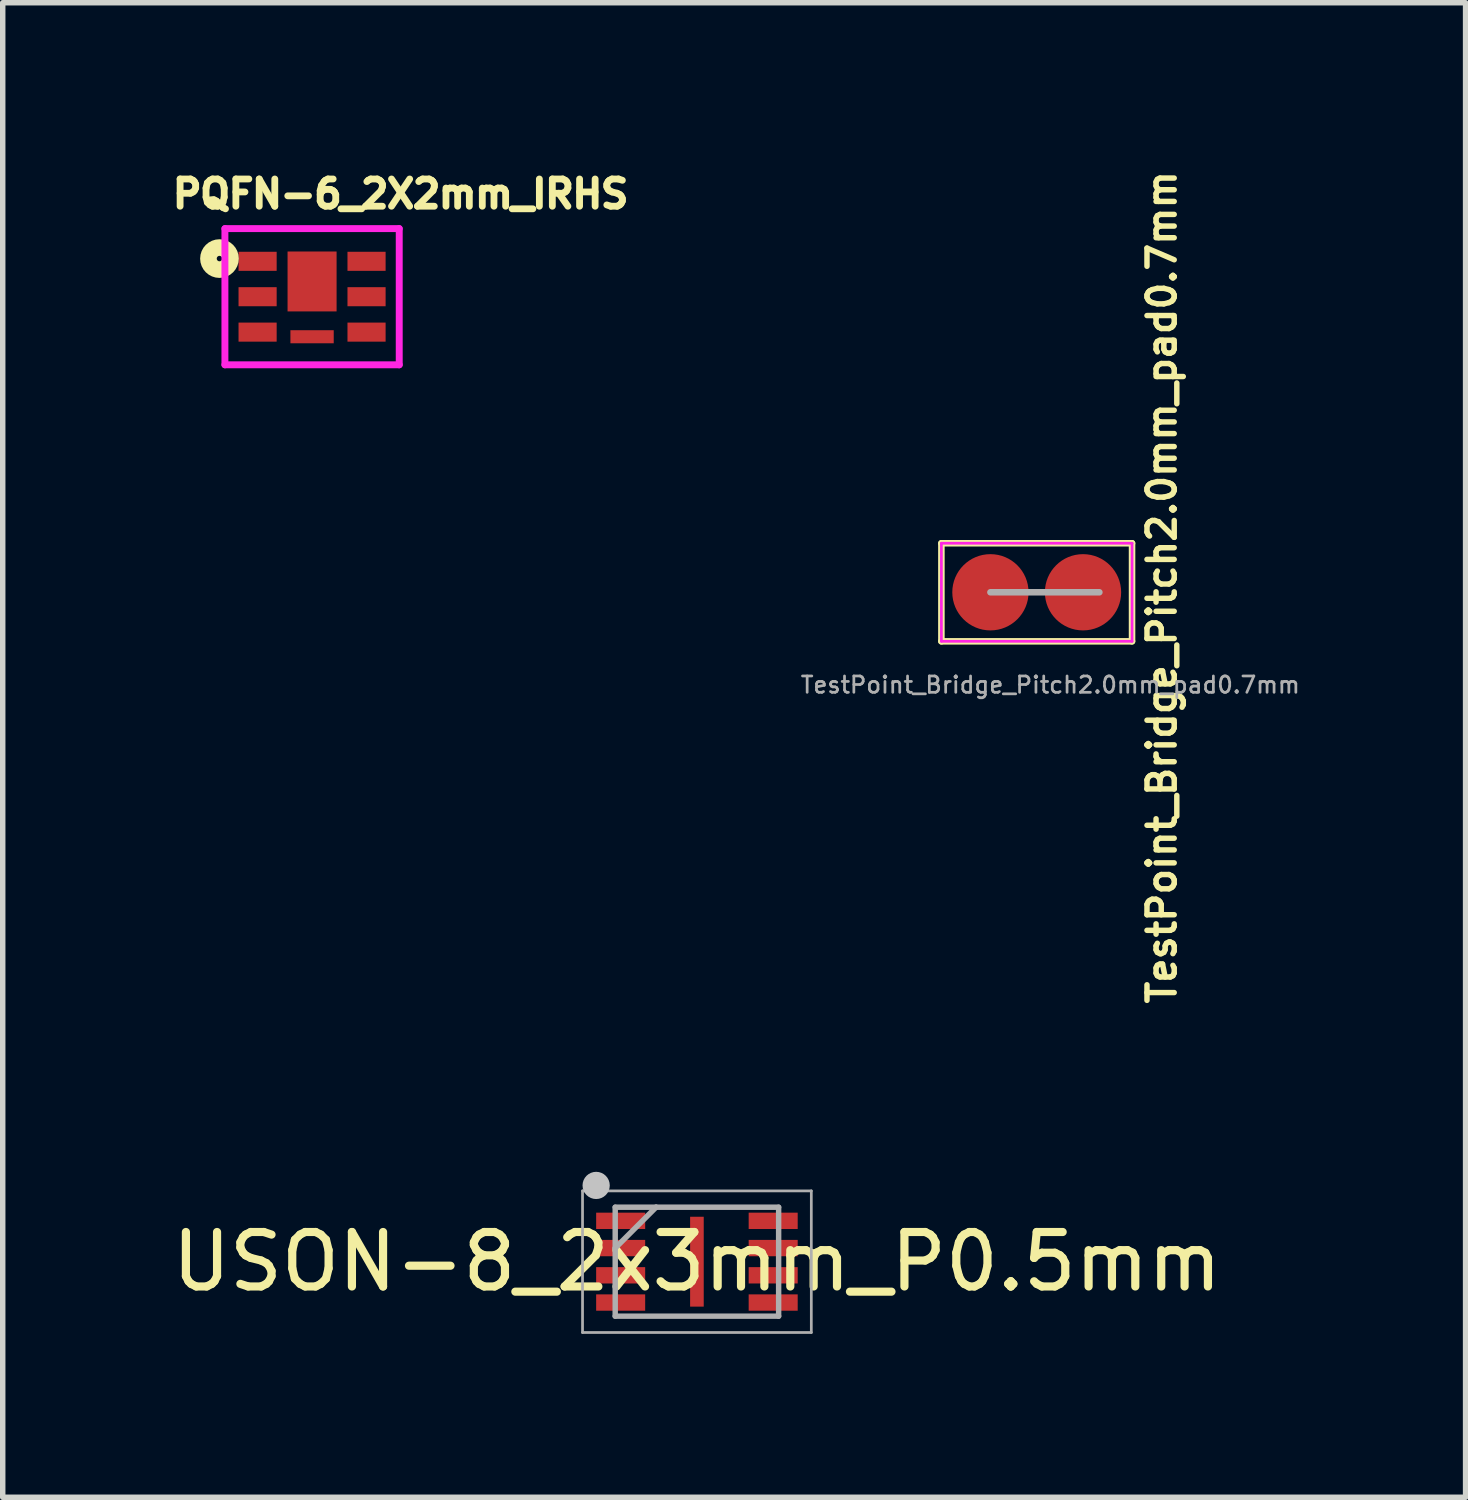
<source format=kicad_pcb>
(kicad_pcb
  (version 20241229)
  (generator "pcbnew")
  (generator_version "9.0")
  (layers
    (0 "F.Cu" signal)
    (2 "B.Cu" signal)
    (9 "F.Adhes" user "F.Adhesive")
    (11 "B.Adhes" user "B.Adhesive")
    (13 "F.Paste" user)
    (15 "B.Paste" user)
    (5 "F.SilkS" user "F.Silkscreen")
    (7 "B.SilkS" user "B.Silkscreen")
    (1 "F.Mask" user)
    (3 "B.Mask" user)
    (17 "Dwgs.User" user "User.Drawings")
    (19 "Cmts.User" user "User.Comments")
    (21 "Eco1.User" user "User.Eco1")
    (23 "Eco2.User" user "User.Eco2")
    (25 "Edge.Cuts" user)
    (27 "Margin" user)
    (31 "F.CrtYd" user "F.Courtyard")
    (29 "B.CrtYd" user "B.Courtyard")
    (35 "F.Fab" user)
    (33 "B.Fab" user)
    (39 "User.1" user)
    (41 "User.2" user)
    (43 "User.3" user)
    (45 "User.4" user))
  (footprint "TestPoint_Bridge_Pitch2.0mm_pad0.7mm"
    (layer "F.Cu")
    (at 15.132 7.823)
    (property "Reference" "TestPoint_Bridge_Pitch2.0mm_pad0.7mm" (at 3.148 -0.092 90) (layer "F.SilkS") (effects (font (size 0.5 0.5) (thickness 0.1))))
    (attr through_hole)
    (fp_line (start -0.9 -0.9) (end -0.9 0.9) (stroke (width 0.12) (type solid)) (layer "F.SilkS"))
    (fp_line (start -0.9 0.9) (end 2.6 0.9) (stroke (width 0.12) (type solid)) (layer "F.SilkS"))
    (fp_line (start 2.6 -0.9) (end -0.9 -0.9) (stroke (width 0.12) (type solid)) (layer "F.SilkS"))
    (fp_line (start 2.6 0.9) (end 2.6 -0.9) (stroke (width 0.12) (type solid)) (layer "F.SilkS"))
    (fp_line (start -0.9 0.9) (end -0.9 -0.9) (stroke (width 0.05) (type solid)) (layer "F.CrtYd"))
    (fp_line (start -0.9 0.9) (end 2.6 0.9) (stroke (width 0.05) (type solid)) (layer "F.CrtYd"))
    (fp_line (start 2.6 -0.9) (end -0.9 -0.9) (stroke (width 0.05) (type solid)) (layer "F.CrtYd"))
    (fp_line (start 2.6 -0.9) (end 2.6 0.9) (stroke (width 0.05) (type solid)) (layer "F.CrtYd"))
    (fp_line (start 2 0) (end 0 0) (stroke (width 0.12) (type solid)) (layer "F.Fab"))
    (fp_text user "${REFERENCE}" (at 1.1 1.7 0) (layer "F.Fab") (effects (font (size 0.3 0.3) (thickness 0.05))))
    (pad "1" smd circle (at 0 0) (size 1.4 1.4) (layers "F.Cu" "F.Mask" "F.Paste"))
    (pad "2" smd circle (at 1.7 0) (size 1.4 1.4) (layers "F.Cu" "F.Mask" "F.Paste")))
  (footprint "PQFN-6_2X2mm_IRHS"
    (layer "F.Cu")
    (at 2.679 2.397)
    (property "Reference" "PQFN-6_2X2mm_IRHS" (at 1.625 -1.886 180) (layer "F.SilkS") (effects (font (size 0.5 0.5) (thickness 1))))
    (attr smd)
    (fp_circle (center -1.7 -0.7) (end -1.65 -0.7) (stroke (width 0.305) (type solid)) (fill no) (layer "F.SilkS"))
    (fp_circle (center -1.7 -0.7) (end -1.559 -0.7) (stroke (width 0.127) (type solid)) (fill no) (layer "F.SilkS"))
    (fp_line (start -1.6 -1.25) (end 1.6 -1.25) (stroke (width 0.127) (type solid)) (layer "F.CrtYd"))
    (fp_line (start -1.6 1.25) (end -1.6 -1.25) (stroke (width 0.127) (type solid)) (layer "F.CrtYd"))
    (fp_line (start 1.6 -1.25) (end 1.6 1.25) (stroke (width 0.127) (type solid)) (layer "F.CrtYd"))
    (fp_line (start 1.6 1.25) (end -1.6 1.25) (stroke (width 0.127) (type solid)) (layer "F.CrtYd"))
    (pad "1" smd rect (at -1 -0.65) (size 0.7 0.35) (layers "F.Cu" "F.Mask" "F.Paste"))
    (pad "2" smd rect (at -1 0) (size 0.7 0.35) (layers "F.Cu" "F.Mask" "F.Paste"))
    (pad "3" smd rect (at -1 0.65) (size 0.7 0.35) (layers "F.Cu" "F.Mask" "F.Paste"))
    (pad "4" smd rect (at 1 0.65 180) (size 0.7 0.35) (layers "F.Cu" "F.Mask" "F.Paste"))
    (pad "5" smd rect (at 1 0 180) (size 0.7 0.35) (layers "F.Cu" "F.Mask" "F.Paste"))
    (pad "6" smd rect (at 1 -0.65 180) (size 0.7 0.35) (layers "F.Cu" "F.Mask" "F.Paste"))
    (pad "7" smd rect (at 0 -0.28) (size 0.9 1.1) (layers "F.Cu" "F.Mask" "F.Paste"))
    (pad "8" smd rect (at 0 0.735) (size 0.795 0.24) (layers "F.Cu" "F.Mask" "F.Paste")))
  (footprint "USON-8_2x3mm_P0.5mm"
    (layer "F.Cu")
    (at 9.744 20.112)
    (property "Reference" "USON-8_2x3mm_P0.5mm" (at 0 0 0) (layer "F.SilkS") (effects (font (size 1 1) (thickness 0.15))))
    (attr smd)
    (fp_circle (center -1.85 -1.4) (end -1.725 -1.4) (stroke (width 0.25) (type solid)) (fill no) (layer "Dwgs.User"))
    (fp_line (start -2.1 -1.3) (end 2.1 -1.3) (stroke (width 0.05) (type solid)) (layer "F.Fab"))
    (fp_line (start -2.1 1.3) (end -2.1 -1.3) (stroke (width 0.05) (type solid)) (layer "F.Fab"))
    (fp_line (start -1.5 -1) (end -0.75 -1) (stroke (width 0.1) (type solid)) (layer "F.Fab"))
    (fp_line (start -1.5 -0.25) (end -1.5 -1) (stroke (width 0.1) (type solid)) (layer "F.Fab"))
    (fp_line (start -1.5 -0.25) (end -0.75 -1) (stroke (width 0.1) (type solid)) (layer "F.Fab"))
    (fp_line (start -1.5 1) (end -1.5 -0.25) (stroke (width 0.1) (type solid)) (layer "F.Fab"))
    (fp_line (start -0.75 -1) (end 1.5 -1) (stroke (width 0.1) (type solid)) (layer "F.Fab"))
    (fp_line (start 1.5 -1) (end 1.5 1) (stroke (width 0.1) (type solid)) (layer "F.Fab"))
    (fp_line (start 1.5 1) (end -1.5 1) (stroke (width 0.1) (type solid)) (layer "F.Fab"))
    (fp_line (start 2.1 -1.3) (end 2.1 1.3) (stroke (width 0.05) (type solid)) (layer "F.Fab"))
    (fp_line (start 2.1 1.3) (end -2.1 1.3) (stroke (width 0.05) (type solid)) (layer "F.Fab"))
    (pad "1" smd rect (at -1.4 -0.75) (size 0.9 0.3) (layers "F.Cu" "F.Mask" "F.Paste"))
    (pad "2" smd rect (at -1.4 -0.25) (size 0.9 0.3) (layers "F.Cu" "F.Mask" "F.Paste"))
    (pad "3" smd rect (at -1.4 0.25) (size 0.9 0.3) (layers "F.Cu" "F.Mask" "F.Paste"))
    (pad "4" smd rect (at -1.4 0.75) (size 0.9 0.3) (layers "F.Cu" "F.Mask" "F.Paste"))
    (pad "5" smd rect (at 1.4 0.75) (size 0.9 0.3) (layers "F.Cu" "F.Mask" "F.Paste"))
    (pad "6" smd rect (at 1.4 0.25) (size 0.9 0.3) (layers "F.Cu" "F.Mask" "F.Paste"))
    (pad "7" smd rect (at 1.4 -0.25) (size 0.9 0.3) (layers "F.Cu" "F.Mask" "F.Paste"))
    (pad "8" smd rect (at 1.4 -0.75) (size 0.9 0.3) (layers "F.Cu" "F.Mask" "F.Paste"))
    (pad "9" smd rect (at 0 0 90) (size 1.65 0.25) (layers "F.Cu" "F.Mask" "F.Paste")))
  (gr_rect
    (start -3 -3)
    (end 23.855 24.437)
    (stroke (width 0.1) (type default))
    (fill no)
    (layer "Edge.Cuts")))
</source>
